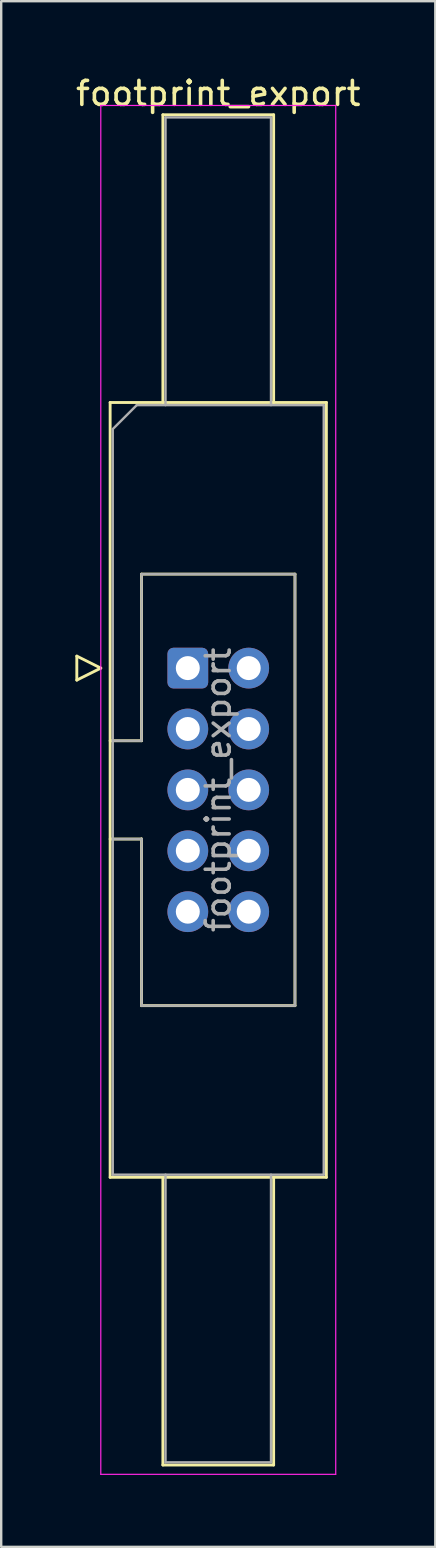
<source format=kicad_pcb>
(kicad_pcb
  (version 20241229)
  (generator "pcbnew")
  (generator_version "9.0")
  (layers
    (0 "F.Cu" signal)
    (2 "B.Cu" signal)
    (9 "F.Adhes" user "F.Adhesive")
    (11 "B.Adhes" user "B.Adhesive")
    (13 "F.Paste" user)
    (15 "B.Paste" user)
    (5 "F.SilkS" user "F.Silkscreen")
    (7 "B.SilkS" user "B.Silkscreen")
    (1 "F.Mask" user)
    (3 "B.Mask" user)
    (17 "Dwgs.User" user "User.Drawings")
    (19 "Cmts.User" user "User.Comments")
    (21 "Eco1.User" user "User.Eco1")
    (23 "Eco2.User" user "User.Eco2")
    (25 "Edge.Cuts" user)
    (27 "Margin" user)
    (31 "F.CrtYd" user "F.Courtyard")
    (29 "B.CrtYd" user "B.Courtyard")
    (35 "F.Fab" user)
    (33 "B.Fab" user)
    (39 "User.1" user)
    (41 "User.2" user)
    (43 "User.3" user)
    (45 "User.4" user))
  (footprint "footprint_export"
    (layer "F.Cu")
    (at 4.784 24.818)
    (property "Reference" "footprint_export" (at 1.27 -23.97 0) (layer "F.SilkS") (effects (font (size 1 1) (thickness 0.15))))
    (attr through_hole)
    (fp_line (start -4.63 -0.5) (end -4.63 0.5) (stroke (width 0.12) (type solid)) (layer "F.SilkS"))
    (fp_line (start -4.63 0.5) (end -3.63 0) (stroke (width 0.12) (type solid)) (layer "F.SilkS"))
    (fp_line (start -3.63 0) (end -4.63 -0.5) (stroke (width 0.12) (type solid)) (layer "F.SilkS"))
    (fp_line (start -3.24 -11.08) (end 5.78 -11.08) (stroke (width 0.12) (type solid)) (layer "F.SilkS"))
    (fp_line (start -3.24 3.03) (end -1.93 3.03) (stroke (width 0.12) (type solid)) (layer "F.SilkS"))
    (fp_line (start -3.24 21.24) (end -3.24 -11.08) (stroke (width 0.12) (type solid)) (layer "F.SilkS"))
    (fp_line (start -1.93 -3.92) (end 4.47 -3.92) (stroke (width 0.12) (type solid)) (layer "F.SilkS"))
    (fp_line (start -1.93 3.03) (end -1.93 -3.92) (stroke (width 0.12) (type solid)) (layer "F.SilkS"))
    (fp_line (start -1.93 7.13) (end -3.24 7.13) (stroke (width 0.12) (type solid)) (layer "F.SilkS"))
    (fp_line (start -1.93 7.13) (end -1.93 7.13) (stroke (width 0.12) (type solid)) (layer "F.SilkS"))
    (fp_line (start -1.93 14.08) (end -1.93 7.13) (stroke (width 0.12) (type solid)) (layer "F.SilkS"))
    (fp_line (start -1.04 -23.08) (end 3.58 -23.08) (stroke (width 0.12) (type solid)) (layer "F.SilkS"))
    (fp_line (start -1.04 -11.08) (end -1.04 -23.08) (stroke (width 0.12) (type solid)) (layer "F.SilkS"))
    (fp_line (start -1.04 21.24) (end -1.04 33.24) (stroke (width 0.12) (type solid)) (layer "F.SilkS"))
    (fp_line (start -1.04 33.24) (end 3.58 33.24) (stroke (width 0.12) (type solid)) (layer "F.SilkS"))
    (fp_line (start 3.58 -23.08) (end 3.58 -11.08) (stroke (width 0.12) (type solid)) (layer "F.SilkS"))
    (fp_line (start 3.58 33.24) (end 3.58 21.24) (stroke (width 0.12) (type solid)) (layer "F.SilkS"))
    (fp_line (start 4.47 -3.92) (end 4.47 14.08) (stroke (width 0.12) (type solid)) (layer "F.SilkS"))
    (fp_line (start 4.47 14.08) (end -1.93 14.08) (stroke (width 0.12) (type solid)) (layer "F.SilkS"))
    (fp_line (start 5.78 -11.08) (end 5.78 21.24) (stroke (width 0.12) (type solid)) (layer "F.SilkS"))
    (fp_line (start 5.78 21.24) (end -3.24 21.24) (stroke (width 0.12) (type solid)) (layer "F.SilkS"))
    (fp_line (start -3.63 -23.47) (end -3.63 33.63) (stroke (width 0.05) (type solid)) (layer "F.CrtYd"))
    (fp_line (start -3.63 33.63) (end 6.17 33.63) (stroke (width 0.05) (type solid)) (layer "F.CrtYd"))
    (fp_line (start 6.17 -23.47) (end -3.63 -23.47) (stroke (width 0.05) (type solid)) (layer "F.CrtYd"))
    (fp_line (start 6.17 33.63) (end 6.17 -23.47) (stroke (width 0.05) (type solid)) (layer "F.CrtYd"))
    (fp_line (start -3.13 -9.97) (end -2.13 -10.97) (stroke (width 0.1) (type solid)) (layer "F.Fab"))
    (fp_line (start -3.13 3.03) (end -1.93 3.03) (stroke (width 0.1) (type solid)) (layer "F.Fab"))
    (fp_line (start -3.13 21.13) (end -3.13 -9.97) (stroke (width 0.1) (type solid)) (layer "F.Fab"))
    (fp_line (start -2.13 -10.97) (end 5.67 -10.97) (stroke (width 0.1) (type solid)) (layer "F.Fab"))
    (fp_line (start -1.93 -3.92) (end 4.47 -3.92) (stroke (width 0.1) (type solid)) (layer "F.Fab"))
    (fp_line (start -1.93 3.03) (end -1.93 -3.92) (stroke (width 0.1) (type solid)) (layer "F.Fab"))
    (fp_line (start -1.93 7.13) (end -3.13 7.13) (stroke (width 0.1) (type solid)) (layer "F.Fab"))
    (fp_line (start -1.93 7.13) (end -1.93 7.13) (stroke (width 0.1) (type solid)) (layer "F.Fab"))
    (fp_line (start -1.93 14.08) (end -1.93 7.13) (stroke (width 0.1) (type solid)) (layer "F.Fab"))
    (fp_line (start -0.93 -22.97) (end 3.47 -22.97) (stroke (width 0.1) (type solid)) (layer "F.Fab"))
    (fp_line (start -0.93 -10.97) (end -0.93 -22.97) (stroke (width 0.1) (type solid)) (layer "F.Fab"))
    (fp_line (start -0.93 21.13) (end -0.93 33.13) (stroke (width 0.1) (type solid)) (layer "F.Fab"))
    (fp_line (start -0.93 33.13) (end 3.47 33.13) (stroke (width 0.1) (type solid)) (layer "F.Fab"))
    (fp_line (start 3.47 -22.97) (end 3.47 -10.97) (stroke (width 0.1) (type solid)) (layer "F.Fab"))
    (fp_line (start 3.47 33.13) (end 3.47 21.13) (stroke (width 0.1) (type solid)) (layer "F.Fab"))
    (fp_line (start 4.47 -3.92) (end 4.47 14.08) (stroke (width 0.1) (type solid)) (layer "F.Fab"))
    (fp_line (start 4.47 14.08) (end -1.93 14.08) (stroke (width 0.1) (type solid)) (layer "F.Fab"))
    (fp_line (start 5.67 -10.97) (end 5.67 21.13) (stroke (width 0.1) (type solid)) (layer "F.Fab"))
    (fp_line (start 5.67 21.13) (end -3.13 21.13) (stroke (width 0.1) (type solid)) (layer "F.Fab"))
    (fp_text user "${REFERENCE}" (at 1.27 5.08 90) (layer "F.Fab") (effects (font (size 1 1) (thickness 0.15))))
    (pad "1" thru_hole roundrect (at 0 0) (size 1.7 1.7) (drill 1) (layers "*.Cu" "*.Mask") (roundrect_rratio 0.147))
    (pad "2" thru_hole circle (at 2.54 0) (size 1.7 1.7) (drill 1) (layers "*.Cu" "*.Mask"))
    (pad "3" thru_hole circle (at 0 2.54) (size 1.7 1.7) (drill 1) (layers "*.Cu" "*.Mask"))
    (pad "4" thru_hole circle (at 2.54 2.54) (size 1.7 1.7) (drill 1) (layers "*.Cu" "*.Mask"))
    (pad "5" thru_hole circle (at 0 5.08) (size 1.7 1.7) (drill 1) (layers "*.Cu" "*.Mask"))
    (pad "6" thru_hole circle (at 2.54 5.08) (size 1.7 1.7) (drill 1) (layers "*.Cu" "*.Mask"))
    (pad "7" thru_hole circle (at 0 7.62) (size 1.7 1.7) (drill 1) (layers "*.Cu" "*.Mask"))
    (pad "8" thru_hole circle (at 2.54 7.62) (size 1.7 1.7) (drill 1) (layers "*.Cu" "*.Mask"))
    (pad "9" thru_hole circle (at 0 10.16) (size 1.7 1.7) (drill 1) (layers "*.Cu" "*.Mask"))
    (pad "10" thru_hole circle (at 2.54 10.16) (size 1.7 1.7) (drill 1) (layers "*.Cu" "*.Mask")))
  (gr_rect
    (start -3 -3)
    (end 15.107 61.473)
    (stroke (width 0.1) (type default))
    (fill no)
    (layer "Edge.Cuts")))
</source>
